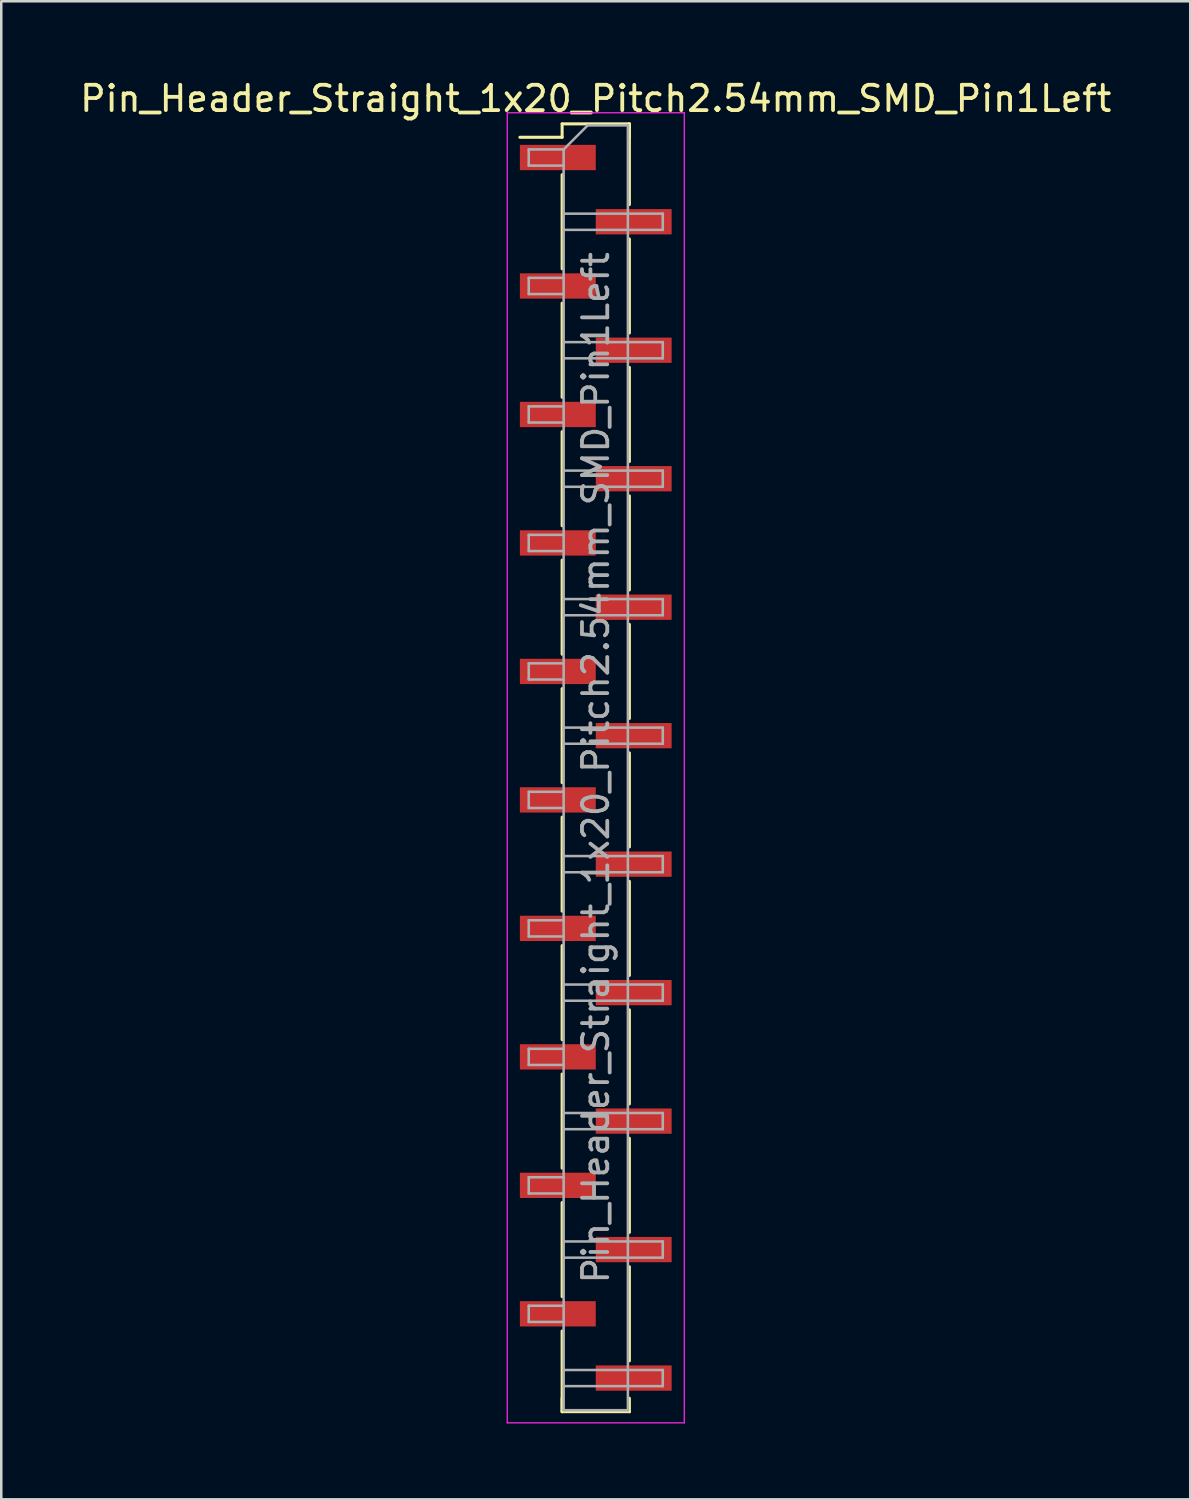
<source format=kicad_pcb>
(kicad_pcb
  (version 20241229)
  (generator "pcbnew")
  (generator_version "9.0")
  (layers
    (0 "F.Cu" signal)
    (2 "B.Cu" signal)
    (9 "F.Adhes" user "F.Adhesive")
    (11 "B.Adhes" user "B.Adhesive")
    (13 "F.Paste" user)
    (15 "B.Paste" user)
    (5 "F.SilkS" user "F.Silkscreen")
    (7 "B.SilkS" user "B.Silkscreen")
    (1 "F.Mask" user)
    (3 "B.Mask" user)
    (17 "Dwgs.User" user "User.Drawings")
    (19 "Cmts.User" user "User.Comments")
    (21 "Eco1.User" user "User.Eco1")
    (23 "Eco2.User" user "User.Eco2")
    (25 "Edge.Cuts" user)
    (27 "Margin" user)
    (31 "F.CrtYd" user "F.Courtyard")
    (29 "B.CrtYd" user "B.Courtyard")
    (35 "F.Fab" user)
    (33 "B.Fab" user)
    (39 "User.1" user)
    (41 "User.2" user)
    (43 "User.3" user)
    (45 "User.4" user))
  (footprint "Pin_Header_Straight_1x20_Pitch2.54mm_SMD_Pin1Left"
    (layer "F.Cu")
    (at 20.506 27.308)
    (property "Reference" "Pin_Header_Straight_1x20_Pitch2.54mm_SMD_Pin1Left" (at 0 -26.46 0) (layer "F.SilkS") (effects (font (size 1 1) (thickness 0.15))))
    (attr smd)
    (fp_line (start -1.33 -25.46) (end 1.33 -25.46) (stroke (width 0.12) (type solid)) (layer "F.SilkS"))
    (fp_line (start -1.33 -24.93) (end -3 -24.93) (stroke (width 0.12) (type solid)) (layer "F.SilkS"))
    (fp_line (start -1.33 -24.93) (end -1.33 -25.46) (stroke (width 0.12) (type solid)) (layer "F.SilkS"))
    (fp_line (start -1.33 -23.45) (end -1.33 -19.73) (stroke (width 0.12) (type solid)) (layer "F.SilkS"))
    (fp_line (start -1.33 -18.37) (end -1.33 -14.65) (stroke (width 0.12) (type solid)) (layer "F.SilkS"))
    (fp_line (start -1.33 -13.29) (end -1.33 -9.57) (stroke (width 0.12) (type solid)) (layer "F.SilkS"))
    (fp_line (start -1.33 -8.21) (end -1.33 -4.49) (stroke (width 0.12) (type solid)) (layer "F.SilkS"))
    (fp_line (start -1.33 -3.13) (end -1.33 0.59) (stroke (width 0.12) (type solid)) (layer "F.SilkS"))
    (fp_line (start -1.33 1.95) (end -1.33 5.67) (stroke (width 0.12) (type solid)) (layer "F.SilkS"))
    (fp_line (start -1.33 7.03) (end -1.33 10.75) (stroke (width 0.12) (type solid)) (layer "F.SilkS"))
    (fp_line (start -1.33 12.11) (end -1.33 15.83) (stroke (width 0.12) (type solid)) (layer "F.SilkS"))
    (fp_line (start -1.33 17.19) (end -1.33 20.91) (stroke (width 0.12) (type solid)) (layer "F.SilkS"))
    (fp_line (start -1.33 22.27) (end -1.33 25.46) (stroke (width 0.12) (type solid)) (layer "F.SilkS"))
    (fp_line (start -1.33 24.93) (end -1.33 25.46) (stroke (width 0.12) (type solid)) (layer "F.SilkS"))
    (fp_line (start -1.33 25.46) (end 1.33 25.46) (stroke (width 0.12) (type solid)) (layer "F.SilkS"))
    (fp_line (start 1.33 -25.46) (end 1.33 -24.93) (stroke (width 0.12) (type solid)) (layer "F.SilkS"))
    (fp_line (start 1.33 -25.46) (end 1.33 -22.27) (stroke (width 0.12) (type solid)) (layer "F.SilkS"))
    (fp_line (start 1.33 -20.91) (end 1.33 -17.19) (stroke (width 0.12) (type solid)) (layer "F.SilkS"))
    (fp_line (start 1.33 -15.83) (end 1.33 -12.11) (stroke (width 0.12) (type solid)) (layer "F.SilkS"))
    (fp_line (start 1.33 -10.75) (end 1.33 -7.03) (stroke (width 0.12) (type solid)) (layer "F.SilkS"))
    (fp_line (start 1.33 -5.67) (end 1.33 -1.95) (stroke (width 0.12) (type solid)) (layer "F.SilkS"))
    (fp_line (start 1.33 -0.59) (end 1.33 3.13) (stroke (width 0.12) (type solid)) (layer "F.SilkS"))
    (fp_line (start 1.33 4.49) (end 1.33 8.21) (stroke (width 0.12) (type solid)) (layer "F.SilkS"))
    (fp_line (start 1.33 9.57) (end 1.33 13.29) (stroke (width 0.12) (type solid)) (layer "F.SilkS"))
    (fp_line (start 1.33 14.65) (end 1.33 18.37) (stroke (width 0.12) (type solid)) (layer "F.SilkS"))
    (fp_line (start 1.33 19.73) (end 1.33 23.45) (stroke (width 0.12) (type solid)) (layer "F.SilkS"))
    (fp_line (start 1.33 25.46) (end 1.33 24.93) (stroke (width 0.12) (type solid)) (layer "F.SilkS"))
    (fp_line (start -3.5 -25.9) (end -3.5 25.9) (stroke (width 0.05) (type solid)) (layer "F.CrtYd"))
    (fp_line (start -3.5 25.9) (end 3.5 25.9) (stroke (width 0.05) (type solid)) (layer "F.CrtYd"))
    (fp_line (start 3.5 -25.9) (end -3.5 -25.9) (stroke (width 0.05) (type solid)) (layer "F.CrtYd"))
    (fp_line (start 3.5 25.9) (end 3.5 -25.9) (stroke (width 0.05) (type solid)) (layer "F.CrtYd"))
    (fp_line (start -2.65 -24.45) (end -2.65 -23.81) (stroke (width 0.1) (type solid)) (layer "F.Fab"))
    (fp_line (start -2.65 -23.81) (end -1.27 -23.81) (stroke (width 0.1) (type solid)) (layer "F.Fab"))
    (fp_line (start -2.65 -19.37) (end -2.65 -18.73) (stroke (width 0.1) (type solid)) (layer "F.Fab"))
    (fp_line (start -2.65 -18.73) (end -1.27 -18.73) (stroke (width 0.1) (type solid)) (layer "F.Fab"))
    (fp_line (start -2.65 -14.29) (end -2.65 -13.65) (stroke (width 0.1) (type solid)) (layer "F.Fab"))
    (fp_line (start -2.65 -13.65) (end -1.27 -13.65) (stroke (width 0.1) (type solid)) (layer "F.Fab"))
    (fp_line (start -2.65 -9.21) (end -2.65 -8.57) (stroke (width 0.1) (type solid)) (layer "F.Fab"))
    (fp_line (start -2.65 -8.57) (end -1.27 -8.57) (stroke (width 0.1) (type solid)) (layer "F.Fab"))
    (fp_line (start -2.65 -4.13) (end -2.65 -3.49) (stroke (width 0.1) (type solid)) (layer "F.Fab"))
    (fp_line (start -2.65 -3.49) (end -1.27 -3.49) (stroke (width 0.1) (type solid)) (layer "F.Fab"))
    (fp_line (start -2.65 0.95) (end -2.65 1.59) (stroke (width 0.1) (type solid)) (layer "F.Fab"))
    (fp_line (start -2.65 1.59) (end -1.27 1.59) (stroke (width 0.1) (type solid)) (layer "F.Fab"))
    (fp_line (start -2.65 6.03) (end -2.65 6.67) (stroke (width 0.1) (type solid)) (layer "F.Fab"))
    (fp_line (start -2.65 6.67) (end -1.27 6.67) (stroke (width 0.1) (type solid)) (layer "F.Fab"))
    (fp_line (start -2.65 11.11) (end -2.65 11.75) (stroke (width 0.1) (type solid)) (layer "F.Fab"))
    (fp_line (start -2.65 11.75) (end -1.27 11.75) (stroke (width 0.1) (type solid)) (layer "F.Fab"))
    (fp_line (start -2.65 16.19) (end -2.65 16.83) (stroke (width 0.1) (type solid)) (layer "F.Fab"))
    (fp_line (start -2.65 16.83) (end -1.27 16.83) (stroke (width 0.1) (type solid)) (layer "F.Fab"))
    (fp_line (start -2.65 21.27) (end -2.65 21.91) (stroke (width 0.1) (type solid)) (layer "F.Fab"))
    (fp_line (start -2.65 21.91) (end -1.27 21.91) (stroke (width 0.1) (type solid)) (layer "F.Fab"))
    (fp_line (start -1.27 -24.45) (end -2.65 -24.45) (stroke (width 0.1) (type solid)) (layer "F.Fab"))
    (fp_line (start -1.27 -24.45) (end -0.32 -25.4) (stroke (width 0.1) (type solid)) (layer "F.Fab"))
    (fp_line (start -1.27 -21.91) (end 2.65 -21.91) (stroke (width 0.1) (type solid)) (layer "F.Fab"))
    (fp_line (start -1.27 -19.37) (end -2.65 -19.37) (stroke (width 0.1) (type solid)) (layer "F.Fab"))
    (fp_line (start -1.27 -16.83) (end 2.65 -16.83) (stroke (width 0.1) (type solid)) (layer "F.Fab"))
    (fp_line (start -1.27 -14.29) (end -2.65 -14.29) (stroke (width 0.1) (type solid)) (layer "F.Fab"))
    (fp_line (start -1.27 -11.75) (end 2.65 -11.75) (stroke (width 0.1) (type solid)) (layer "F.Fab"))
    (fp_line (start -1.27 -9.21) (end -2.65 -9.21) (stroke (width 0.1) (type solid)) (layer "F.Fab"))
    (fp_line (start -1.27 -6.67) (end 2.65 -6.67) (stroke (width 0.1) (type solid)) (layer "F.Fab"))
    (fp_line (start -1.27 -4.13) (end -2.65 -4.13) (stroke (width 0.1) (type solid)) (layer "F.Fab"))
    (fp_line (start -1.27 -1.59) (end 2.65 -1.59) (stroke (width 0.1) (type solid)) (layer "F.Fab"))
    (fp_line (start -1.27 0.95) (end -2.65 0.95) (stroke (width 0.1) (type solid)) (layer "F.Fab"))
    (fp_line (start -1.27 3.49) (end 2.65 3.49) (stroke (width 0.1) (type solid)) (layer "F.Fab"))
    (fp_line (start -1.27 6.03) (end -2.65 6.03) (stroke (width 0.1) (type solid)) (layer "F.Fab"))
    (fp_line (start -1.27 8.57) (end 2.65 8.57) (stroke (width 0.1) (type solid)) (layer "F.Fab"))
    (fp_line (start -1.27 11.11) (end -2.65 11.11) (stroke (width 0.1) (type solid)) (layer "F.Fab"))
    (fp_line (start -1.27 13.65) (end 2.65 13.65) (stroke (width 0.1) (type solid)) (layer "F.Fab"))
    (fp_line (start -1.27 16.19) (end -2.65 16.19) (stroke (width 0.1) (type solid)) (layer "F.Fab"))
    (fp_line (start -1.27 18.73) (end 2.65 18.73) (stroke (width 0.1) (type solid)) (layer "F.Fab"))
    (fp_line (start -1.27 21.27) (end -2.65 21.27) (stroke (width 0.1) (type solid)) (layer "F.Fab"))
    (fp_line (start -1.27 23.81) (end 2.65 23.81) (stroke (width 0.1) (type solid)) (layer "F.Fab"))
    (fp_line (start -1.27 25.4) (end -1.27 -24.45) (stroke (width 0.1) (type solid)) (layer "F.Fab"))
    (fp_line (start -0.32 -25.4) (end 1.27 -25.4) (stroke (width 0.1) (type solid)) (layer "F.Fab"))
    (fp_line (start 1.27 -25.4) (end 1.27 25.4) (stroke (width 0.1) (type solid)) (layer "F.Fab"))
    (fp_line (start 1.27 25.4) (end -1.27 25.4) (stroke (width 0.1) (type solid)) (layer "F.Fab"))
    (fp_line (start 2.65 -21.91) (end 2.65 -21.27) (stroke (width 0.1) (type solid)) (layer "F.Fab"))
    (fp_line (start 2.65 -21.27) (end -1.27 -21.27) (stroke (width 0.1) (type solid)) (layer "F.Fab"))
    (fp_line (start 2.65 -16.83) (end 2.65 -16.19) (stroke (width 0.1) (type solid)) (layer "F.Fab"))
    (fp_line (start 2.65 -16.19) (end -1.27 -16.19) (stroke (width 0.1) (type solid)) (layer "F.Fab"))
    (fp_line (start 2.65 -11.75) (end 2.65 -11.11) (stroke (width 0.1) (type solid)) (layer "F.Fab"))
    (fp_line (start 2.65 -11.11) (end -1.27 -11.11) (stroke (width 0.1) (type solid)) (layer "F.Fab"))
    (fp_line (start 2.65 -6.67) (end 2.65 -6.03) (stroke (width 0.1) (type solid)) (layer "F.Fab"))
    (fp_line (start 2.65 -6.03) (end -1.27 -6.03) (stroke (width 0.1) (type solid)) (layer "F.Fab"))
    (fp_line (start 2.65 -1.59) (end 2.65 -0.95) (stroke (width 0.1) (type solid)) (layer "F.Fab"))
    (fp_line (start 2.65 -0.95) (end -1.27 -0.95) (stroke (width 0.1) (type solid)) (layer "F.Fab"))
    (fp_line (start 2.65 3.49) (end 2.65 4.13) (stroke (width 0.1) (type solid)) (layer "F.Fab"))
    (fp_line (start 2.65 4.13) (end -1.27 4.13) (stroke (width 0.1) (type solid)) (layer "F.Fab"))
    (fp_line (start 2.65 8.57) (end 2.65 9.21) (stroke (width 0.1) (type solid)) (layer "F.Fab"))
    (fp_line (start 2.65 9.21) (end -1.27 9.21) (stroke (width 0.1) (type solid)) (layer "F.Fab"))
    (fp_line (start 2.65 13.65) (end 2.65 14.29) (stroke (width 0.1) (type solid)) (layer "F.Fab"))
    (fp_line (start 2.65 14.29) (end -1.27 14.29) (stroke (width 0.1) (type solid)) (layer "F.Fab"))
    (fp_line (start 2.65 18.73) (end 2.65 19.37) (stroke (width 0.1) (type solid)) (layer "F.Fab"))
    (fp_line (start 2.65 19.37) (end -1.27 19.37) (stroke (width 0.1) (type solid)) (layer "F.Fab"))
    (fp_line (start 2.65 23.81) (end 2.65 24.45) (stroke (width 0.1) (type solid)) (layer "F.Fab"))
    (fp_line (start 2.65 24.45) (end -1.27 24.45) (stroke (width 0.1) (type solid)) (layer "F.Fab"))
    (fp_text user "${REFERENCE}" (at 0 0 90) (layer "F.Fab") (effects (font (size 1 1) (thickness 0.15))))
    (pad "1" smd rect (at -1.5 -24.13) (size 3 1) (layers "F.Cu" "F.Mask" "F.Paste"))
    (pad "2" smd rect (at 1.5 -21.59) (size 3 1) (layers "F.Cu" "F.Mask" "F.Paste"))
    (pad "3" smd rect (at -1.5 -19.05) (size 3 1) (layers "F.Cu" "F.Mask" "F.Paste"))
    (pad "4" smd rect (at 1.5 -16.51) (size 3 1) (layers "F.Cu" "F.Mask" "F.Paste"))
    (pad "5" smd rect (at -1.5 -13.97) (size 3 1) (layers "F.Cu" "F.Mask" "F.Paste"))
    (pad "6" smd rect (at 1.5 -11.43) (size 3 1) (layers "F.Cu" "F.Mask" "F.Paste"))
    (pad "7" smd rect (at -1.5 -8.89) (size 3 1) (layers "F.Cu" "F.Mask" "F.Paste"))
    (pad "8" smd rect (at 1.5 -6.35) (size 3 1) (layers "F.Cu" "F.Mask" "F.Paste"))
    (pad "9" smd rect (at -1.5 -3.81) (size 3 1) (layers "F.Cu" "F.Mask" "F.Paste"))
    (pad "10" smd rect (at 1.5 -1.27) (size 3 1) (layers "F.Cu" "F.Mask" "F.Paste"))
    (pad "11" smd rect (at -1.5 1.27) (size 3 1) (layers "F.Cu" "F.Mask" "F.Paste"))
    (pad "12" smd rect (at 1.5 3.81) (size 3 1) (layers "F.Cu" "F.Mask" "F.Paste"))
    (pad "13" smd rect (at -1.5 6.35) (size 3 1) (layers "F.Cu" "F.Mask" "F.Paste"))
    (pad "14" smd rect (at 1.5 8.89) (size 3 1) (layers "F.Cu" "F.Mask" "F.Paste"))
    (pad "15" smd rect (at -1.5 11.43) (size 3 1) (layers "F.Cu" "F.Mask" "F.Paste"))
    (pad "16" smd rect (at 1.5 13.97) (size 3 1) (layers "F.Cu" "F.Mask" "F.Paste"))
    (pad "17" smd rect (at -1.5 16.51) (size 3 1) (layers "F.Cu" "F.Mask" "F.Paste"))
    (pad "18" smd rect (at 1.5 19.05) (size 3 1) (layers "F.Cu" "F.Mask" "F.Paste"))
    (pad "19" smd rect (at -1.5 21.59) (size 3 1) (layers "F.Cu" "F.Mask" "F.Paste"))
    (pad "20" smd rect (at 1.5 24.13) (size 3 1) (layers "F.Cu" "F.Mask" "F.Paste")))
  (gr_rect
    (start -3 -3)
    (end 44.012 56.233)
    (stroke (width 0.1) (type default))
    (fill no)
    (layer "Edge.Cuts")))
</source>
